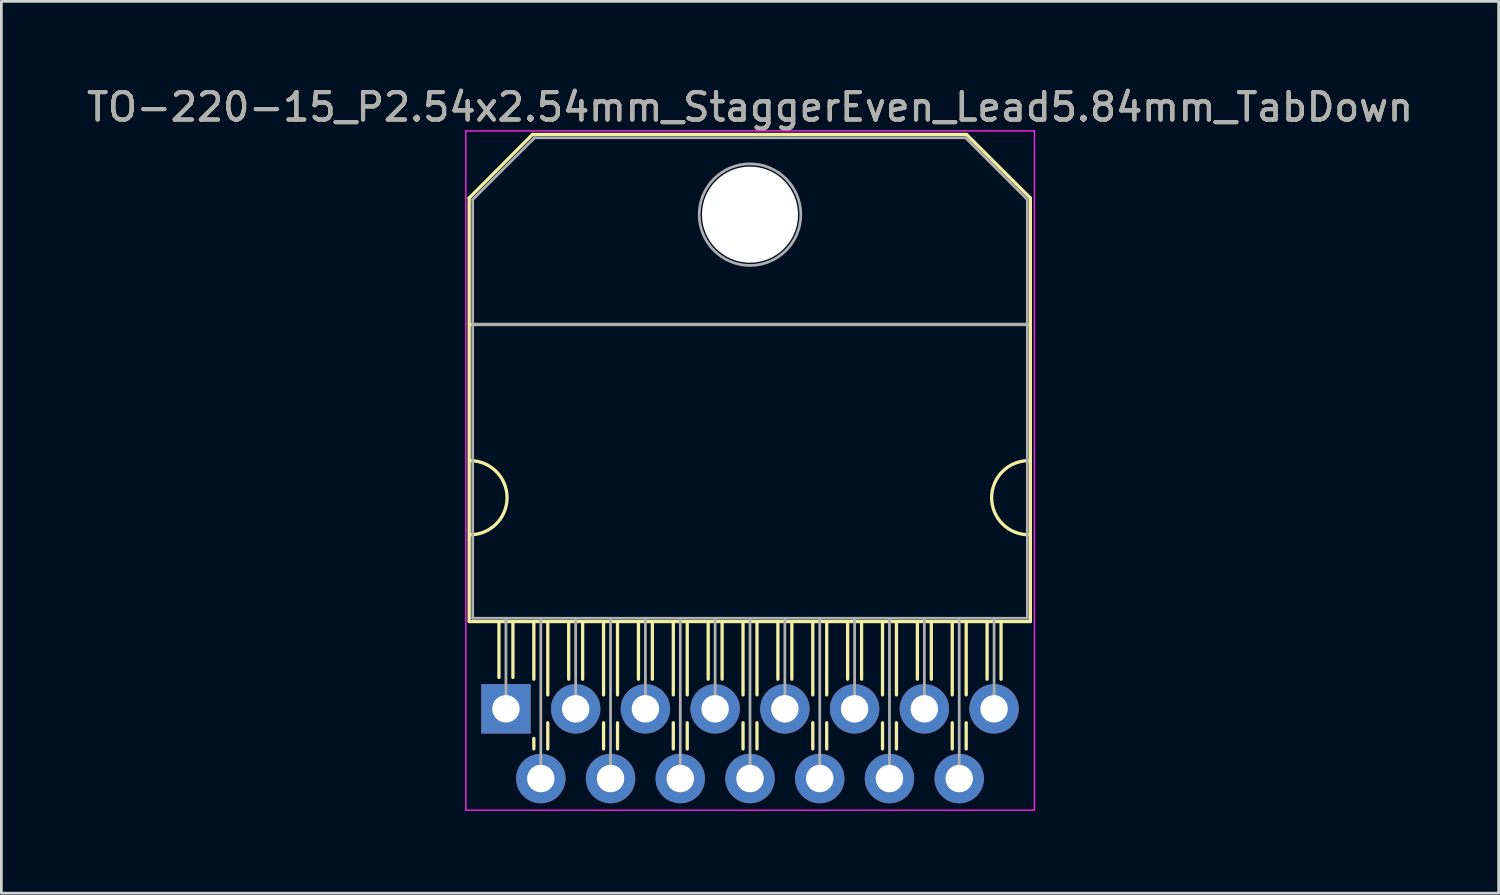
<source format=kicad_pcb>
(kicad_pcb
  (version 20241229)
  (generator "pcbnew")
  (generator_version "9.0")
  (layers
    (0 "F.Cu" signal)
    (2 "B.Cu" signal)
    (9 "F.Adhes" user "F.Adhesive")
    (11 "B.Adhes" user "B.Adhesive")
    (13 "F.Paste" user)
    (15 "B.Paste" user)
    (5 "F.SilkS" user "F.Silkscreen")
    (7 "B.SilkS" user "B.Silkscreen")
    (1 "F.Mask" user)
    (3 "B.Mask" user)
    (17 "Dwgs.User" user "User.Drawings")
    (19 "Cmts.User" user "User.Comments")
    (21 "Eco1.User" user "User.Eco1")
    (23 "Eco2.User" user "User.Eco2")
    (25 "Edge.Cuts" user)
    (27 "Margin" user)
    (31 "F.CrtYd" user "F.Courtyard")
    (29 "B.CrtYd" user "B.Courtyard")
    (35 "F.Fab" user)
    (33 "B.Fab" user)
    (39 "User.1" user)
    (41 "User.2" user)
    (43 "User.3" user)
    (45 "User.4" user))
  (footprint "TO-220-15_P2.54x2.54mm_StaggerEven_Lead5.84mm_TabDown"
    (layer "F.Cu")
    (at 15.378 22.768)
    (property "Reference" "TO-220-15_P2.54x2.54mm_StaggerEven_Lead5.84mm_TabDown" (at 8.89 -21.92 0) (layer "F.SilkS") (effects (font (size 1 1) (thickness 0.15))))
    (attr through_hole)
    (fp_line (start -1.339 -18.605) (end -1.339 -3.18) (stroke (width 0.12) (type solid)) (layer "F.SilkS"))
    (fp_line (start -1.339 -18.605) (end 0.966 -20.92) (stroke (width 0.12) (type solid)) (layer "F.SilkS"))
    (fp_line (start -1.339 -3.18) (end 19.101 -3.18) (stroke (width 0.12) (type solid)) (layer "F.SilkS"))
    (fp_line (start -1.309 -14) (end 19.041 -14) (stroke (width 0.12) (type solid)) (layer "F.SilkS"))
    (fp_line (start -0.254 -3.175) (end -0.254 -1.143) (stroke (width 0.12) (type solid)) (layer "F.SilkS"))
    (fp_line (start 0.254 -3.175) (end 0.254 -1.143) (stroke (width 0.12) (type solid)) (layer "F.SilkS"))
    (fp_line (start 0.966 -20.92) (end 16.777 -20.92) (stroke (width 0.12) (type solid)) (layer "F.SilkS"))
    (fp_line (start 1.016 -3.175) (end 1.016 -1.079) (stroke (width 0.12) (type solid)) (layer "F.SilkS"))
    (fp_line (start 1.016 1.079) (end 1.016 1.46) (stroke (width 0.12) (type solid)) (layer "F.SilkS"))
    (fp_line (start 1.524 -3.175) (end 1.524 -0.508) (stroke (width 0.12) (type solid)) (layer "F.SilkS"))
    (fp_line (start 1.524 0.508) (end 1.524 1.46) (stroke (width 0.12) (type solid)) (layer "F.SilkS"))
    (fp_line (start 2.286 -3.175) (end 2.286 -1.079) (stroke (width 0.12) (type solid)) (layer "F.SilkS"))
    (fp_line (start 2.794 -3.175) (end 2.794 -1.079) (stroke (width 0.12) (type solid)) (layer "F.SilkS"))
    (fp_line (start 3.556 -3.175) (end 3.556 -0.508) (stroke (width 0.12) (type solid)) (layer "F.SilkS"))
    (fp_line (start 3.556 0.508) (end 3.556 1.46) (stroke (width 0.12) (type solid)) (layer "F.SilkS"))
    (fp_line (start 4.064 -3.175) (end 4.064 -0.508) (stroke (width 0.12) (type solid)) (layer "F.SilkS"))
    (fp_line (start 4.064 0.508) (end 4.064 1.46) (stroke (width 0.12) (type solid)) (layer "F.SilkS"))
    (fp_line (start 4.826 -3.175) (end 4.826 -1.079) (stroke (width 0.12) (type solid)) (layer "F.SilkS"))
    (fp_line (start 5.334 -3.175) (end 5.334 -1.079) (stroke (width 0.12) (type solid)) (layer "F.SilkS"))
    (fp_line (start 6.096 -3.175) (end 6.096 -0.508) (stroke (width 0.12) (type solid)) (layer "F.SilkS"))
    (fp_line (start 6.096 0.508) (end 6.096 1.46) (stroke (width 0.12) (type solid)) (layer "F.SilkS"))
    (fp_line (start 6.604 -3.175) (end 6.604 -0.508) (stroke (width 0.12) (type solid)) (layer "F.SilkS"))
    (fp_line (start 6.604 0.508) (end 6.604 1.46) (stroke (width 0.12) (type solid)) (layer "F.SilkS"))
    (fp_line (start 7.366 -3.175) (end 7.366 -1.079) (stroke (width 0.12) (type solid)) (layer "F.SilkS"))
    (fp_line (start 7.874 -3.175) (end 7.874 -1.079) (stroke (width 0.12) (type solid)) (layer "F.SilkS"))
    (fp_line (start 8.636 -3.175) (end 8.636 -0.508) (stroke (width 0.12) (type solid)) (layer "F.SilkS"))
    (fp_line (start 8.636 0.508) (end 8.636 1.46) (stroke (width 0.12) (type solid)) (layer "F.SilkS"))
    (fp_line (start 9.144 -3.175) (end 9.144 -0.508) (stroke (width 0.12) (type solid)) (layer "F.SilkS"))
    (fp_line (start 9.144 0.508) (end 9.144 1.46) (stroke (width 0.12) (type solid)) (layer "F.SilkS"))
    (fp_line (start 9.906 -3.175) (end 9.906 -1.079) (stroke (width 0.12) (type solid)) (layer "F.SilkS"))
    (fp_line (start 10.414 -3.175) (end 10.414 -1.079) (stroke (width 0.12) (type solid)) (layer "F.SilkS"))
    (fp_line (start 11.176 -3.175) (end 11.176 -0.508) (stroke (width 0.12) (type solid)) (layer "F.SilkS"))
    (fp_line (start 11.176 0.508) (end 11.176 1.46) (stroke (width 0.12) (type solid)) (layer "F.SilkS"))
    (fp_line (start 11.684 -3.175) (end 11.684 -0.508) (stroke (width 0.12) (type solid)) (layer "F.SilkS"))
    (fp_line (start 11.684 0.508) (end 11.684 1.46) (stroke (width 0.12) (type solid)) (layer "F.SilkS"))
    (fp_line (start 12.446 -3.175) (end 12.446 -1.079) (stroke (width 0.12) (type solid)) (layer "F.SilkS"))
    (fp_line (start 12.954 -3.175) (end 12.954 -1.079) (stroke (width 0.12) (type solid)) (layer "F.SilkS"))
    (fp_line (start 13.716 -3.175) (end 13.716 -0.508) (stroke (width 0.12) (type solid)) (layer "F.SilkS"))
    (fp_line (start 13.716 0.508) (end 13.716 1.46) (stroke (width 0.12) (type solid)) (layer "F.SilkS"))
    (fp_line (start 14.224 -3.175) (end 14.224 -0.508) (stroke (width 0.12) (type solid)) (layer "F.SilkS"))
    (fp_line (start 14.224 0.508) (end 14.224 1.46) (stroke (width 0.12) (type solid)) (layer "F.SilkS"))
    (fp_line (start 14.986 -3.175) (end 14.986 -1.079) (stroke (width 0.12) (type solid)) (layer "F.SilkS"))
    (fp_line (start 15.494 -3.175) (end 15.494 -1.079) (stroke (width 0.12) (type solid)) (layer "F.SilkS"))
    (fp_line (start 16.256 -3.175) (end 16.256 -0.508) (stroke (width 0.12) (type solid)) (layer "F.SilkS"))
    (fp_line (start 16.256 0.508) (end 16.256 1.46) (stroke (width 0.12) (type solid)) (layer "F.SilkS"))
    (fp_line (start 16.764 -3.175) (end 16.764 -0.508) (stroke (width 0.12) (type solid)) (layer "F.SilkS"))
    (fp_line (start 16.764 0.508) (end 16.764 1.46) (stroke (width 0.12) (type solid)) (layer "F.SilkS"))
    (fp_line (start 17.526 -3.175) (end 17.526 -1.079) (stroke (width 0.12) (type solid)) (layer "F.SilkS"))
    (fp_line (start 18.034 -3.175) (end 18.034 -1.079) (stroke (width 0.12) (type solid)) (layer "F.SilkS"))
    (fp_line (start 19.101 -18.605) (end 16.777 -20.92) (stroke (width 0.12) (type solid)) (layer "F.SilkS"))
    (fp_line (start 19.101 -18.605) (end 19.101 -3.18) (stroke (width 0.12) (type solid)) (layer "F.SilkS"))
    (fp_arc (start -1.309 -9.04) (mid 0.041 -7.69) (end -1.309 -6.34) (stroke (width 0.12) (type solid)) (layer "F.SilkS"))
    (fp_arc (start 19.041 -6.34) (mid 17.691 -7.69) (end 19.041 -9.04) (stroke (width 0.12) (type solid)) (layer "F.SilkS"))
    (fp_line (start -1.46 -21.05) (end -1.46 3.69) (stroke (width 0.05) (type solid)) (layer "F.CrtYd"))
    (fp_line (start -1.46 3.69) (end 19.25 3.69) (stroke (width 0.05) (type solid)) (layer "F.CrtYd"))
    (fp_line (start 19.25 -21.05) (end -1.46 -21.05) (stroke (width 0.05) (type solid)) (layer "F.CrtYd"))
    (fp_line (start 19.25 3.69) (end 19.25 -21.05) (stroke (width 0.05) (type solid)) (layer "F.CrtYd"))
    (fp_line (start -1.21 -18.55) (end 1.041 -20.8) (stroke (width 0.1) (type solid)) (layer "F.Fab"))
    (fp_line (start -1.21 -14) (end -1.21 -18.55) (stroke (width 0.1) (type solid)) (layer "F.Fab"))
    (fp_line (start -1.21 -14) (end 18.99 -14) (stroke (width 0.1) (type solid)) (layer "F.Fab"))
    (fp_line (start -1.21 -3.3) (end -1.21 -14) (stroke (width 0.1) (type solid)) (layer "F.Fab"))
    (fp_line (start 0 -3.3) (end 0 0) (stroke (width 0.1) (type solid)) (layer "F.Fab"))
    (fp_line (start 1.041 -20.8) (end 16.74 -20.8) (stroke (width 0.1) (type solid)) (layer "F.Fab"))
    (fp_line (start 1.27 -3.3) (end 1.27 2.54) (stroke (width 0.1) (type solid)) (layer "F.Fab"))
    (fp_line (start 2.54 -3.3) (end 2.54 0) (stroke (width 0.1) (type solid)) (layer "F.Fab"))
    (fp_line (start 3.81 -3.3) (end 3.81 2.54) (stroke (width 0.1) (type solid)) (layer "F.Fab"))
    (fp_line (start 5.08 -3.3) (end 5.08 0) (stroke (width 0.1) (type solid)) (layer "F.Fab"))
    (fp_line (start 6.35 -3.3) (end 6.35 2.54) (stroke (width 0.1) (type solid)) (layer "F.Fab"))
    (fp_line (start 7.62 -3.3) (end 7.62 0) (stroke (width 0.1) (type solid)) (layer "F.Fab"))
    (fp_line (start 8.89 -3.3) (end 8.89 2.54) (stroke (width 0.1) (type solid)) (layer "F.Fab"))
    (fp_line (start 10.16 -3.3) (end 10.16 0) (stroke (width 0.1) (type solid)) (layer "F.Fab"))
    (fp_line (start 11.43 -3.3) (end 11.43 2.54) (stroke (width 0.1) (type solid)) (layer "F.Fab"))
    (fp_line (start 12.7 -3.3) (end 12.7 0) (stroke (width 0.1) (type solid)) (layer "F.Fab"))
    (fp_line (start 13.97 -3.3) (end 13.97 2.54) (stroke (width 0.1) (type solid)) (layer "F.Fab"))
    (fp_line (start 15.24 -3.3) (end 15.24 0) (stroke (width 0.1) (type solid)) (layer "F.Fab"))
    (fp_line (start 16.51 -3.3) (end 16.51 2.54) (stroke (width 0.1) (type solid)) (layer "F.Fab"))
    (fp_line (start 16.74 -20.8) (end 18.99 -18.55) (stroke (width 0.1) (type solid)) (layer "F.Fab"))
    (fp_line (start 17.78 -3.3) (end 17.78 0) (stroke (width 0.1) (type solid)) (layer "F.Fab"))
    (fp_line (start 18.99 -18.55) (end 18.99 -14) (stroke (width 0.1) (type solid)) (layer "F.Fab"))
    (fp_line (start 18.99 -14) (end -1.21 -14) (stroke (width 0.1) (type solid)) (layer "F.Fab"))
    (fp_line (start 18.99 -14) (end 18.99 -3.3) (stroke (width 0.1) (type solid)) (layer "F.Fab"))
    (fp_line (start 18.99 -3.3) (end -1.21 -3.3) (stroke (width 0.1) (type solid)) (layer "F.Fab"))
    (fp_circle (center 8.89 -18) (end 10.74 -18) (stroke (width 0.1) (type solid)) (fill no) (layer "F.Fab"))
    (fp_text user "${REFERENCE}" (at 8.89 -21.92 0) (layer "F.Fab") (effects (font (size 1 1) (thickness 0.15))))
    (pad "" np_thru_hole oval (at 8.89 -18) (size 3.5 3.5) (drill 3.5) (layers "*.Cu" "*.Mask"))
    (pad "1" thru_hole rect (at 0 0) (size 1.8 1.8) (drill 1) (layers "*.Cu" "*.Mask"))
    (pad "2" thru_hole oval (at 1.27 2.54) (size 1.8 1.8) (drill 1) (layers "*.Cu" "*.Mask"))
    (pad "3" thru_hole oval (at 2.54 0) (size 1.8 1.8) (drill 1) (layers "*.Cu" "*.Mask"))
    (pad "4" thru_hole oval (at 3.81 2.54) (size 1.8 1.8) (drill 1) (layers "*.Cu" "*.Mask"))
    (pad "5" thru_hole oval (at 5.08 0) (size 1.8 1.8) (drill 1) (layers "*.Cu" "*.Mask"))
    (pad "6" thru_hole oval (at 6.35 2.54) (size 1.8 1.8) (drill 1) (layers "*.Cu" "*.Mask"))
    (pad "7" thru_hole oval (at 7.62 0) (size 1.8 1.8) (drill 1) (layers "*.Cu" "*.Mask"))
    (pad "8" thru_hole oval (at 8.89 2.54) (size 1.8 1.8) (drill 1) (layers "*.Cu" "*.Mask"))
    (pad "9" thru_hole oval (at 10.16 0) (size 1.8 1.8) (drill 1) (layers "*.Cu" "*.Mask"))
    (pad "10" thru_hole oval (at 11.43 2.54) (size 1.8 1.8) (drill 1) (layers "*.Cu" "*.Mask"))
    (pad "11" thru_hole oval (at 12.7 0) (size 1.8 1.8) (drill 1) (layers "*.Cu" "*.Mask"))
    (pad "12" thru_hole oval (at 13.97 2.54) (size 1.8 1.8) (drill 1) (layers "*.Cu" "*.Mask"))
    (pad "13" thru_hole oval (at 15.24 0) (size 1.8 1.8) (drill 1) (layers "*.Cu" "*.Mask"))
    (pad "14" thru_hole oval (at 16.51 2.54) (size 1.8 1.8) (drill 1) (layers "*.Cu" "*.Mask"))
    (pad "15" thru_hole oval (at 17.78 0) (size 1.8 1.8) (drill 1) (layers "*.Cu" "*.Mask")))
  (gr_rect
    (start -3 -3)
    (end 51.536 29.483)
    (stroke (width 0.1) (type default))
    (fill no)
    (layer "Edge.Cuts")))
</source>
